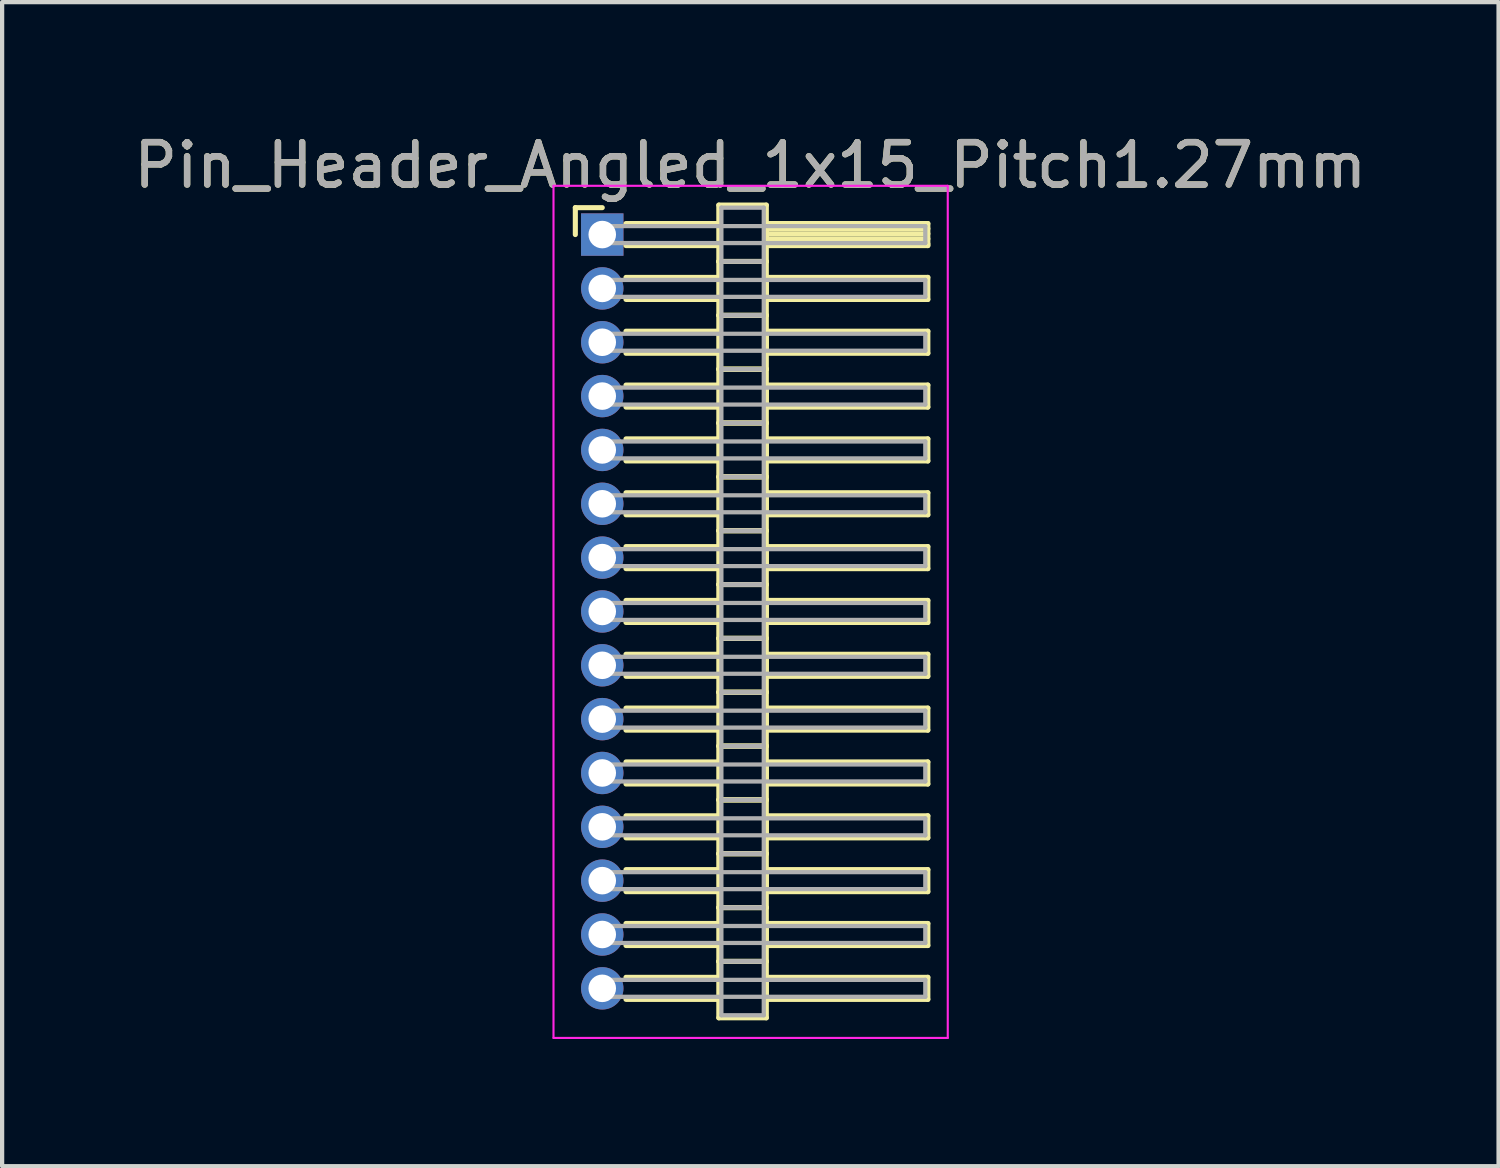
<source format=kicad_pcb>
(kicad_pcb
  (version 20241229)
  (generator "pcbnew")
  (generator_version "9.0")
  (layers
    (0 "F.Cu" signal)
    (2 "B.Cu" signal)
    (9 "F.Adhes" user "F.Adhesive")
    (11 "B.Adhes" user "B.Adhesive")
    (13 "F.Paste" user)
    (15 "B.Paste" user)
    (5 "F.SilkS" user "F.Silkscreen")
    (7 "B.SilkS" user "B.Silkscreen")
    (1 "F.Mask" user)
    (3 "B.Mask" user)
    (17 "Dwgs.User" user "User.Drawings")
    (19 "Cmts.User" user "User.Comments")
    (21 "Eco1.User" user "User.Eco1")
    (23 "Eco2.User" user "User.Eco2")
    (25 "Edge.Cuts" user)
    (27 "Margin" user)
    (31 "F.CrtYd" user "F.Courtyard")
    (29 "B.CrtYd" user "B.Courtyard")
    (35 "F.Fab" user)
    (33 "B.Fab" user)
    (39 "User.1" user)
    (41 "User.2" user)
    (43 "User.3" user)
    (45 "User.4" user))
  (footprint "Pin_Header_Angled_1x15_Pitch1.27mm"
    (layer "F.Cu")
    (at 11.156 2.483)
    (property "Reference" "Pin_Header_Angled_1x15_Pitch1.27mm" (at 3.493 -1.635 0) (layer "F.SilkS") (effects (font (size 1 1) (thickness 0.15))))
    (attr through_hole)
    (fp_line (start -0.635 -0.635) (end 0 -0.635) (stroke (width 0.12) (type solid)) (layer "F.SilkS"))
    (fp_line (start -0.635 0) (end -0.635 -0.635) (stroke (width 0.12) (type solid)) (layer "F.SilkS"))
    (fp_line (start 0.56 -0.26) (end 2.75 -0.26) (stroke (width 0.12) (type solid)) (layer "F.SilkS"))
    (fp_line (start 0.56 0.26) (end 2.75 0.26) (stroke (width 0.12) (type solid)) (layer "F.SilkS"))
    (fp_line (start 0.56 1.01) (end 2.75 1.01) (stroke (width 0.12) (type solid)) (layer "F.SilkS"))
    (fp_line (start 0.56 1.53) (end 2.75 1.53) (stroke (width 0.12) (type solid)) (layer "F.SilkS"))
    (fp_line (start 0.56 2.28) (end 2.75 2.28) (stroke (width 0.12) (type solid)) (layer "F.SilkS"))
    (fp_line (start 0.56 2.8) (end 2.75 2.8) (stroke (width 0.12) (type solid)) (layer "F.SilkS"))
    (fp_line (start 0.56 3.55) (end 2.75 3.55) (stroke (width 0.12) (type solid)) (layer "F.SilkS"))
    (fp_line (start 0.56 4.07) (end 2.75 4.07) (stroke (width 0.12) (type solid)) (layer "F.SilkS"))
    (fp_line (start 0.56 4.82) (end 2.75 4.82) (stroke (width 0.12) (type solid)) (layer "F.SilkS"))
    (fp_line (start 0.56 5.34) (end 2.75 5.34) (stroke (width 0.12) (type solid)) (layer "F.SilkS"))
    (fp_line (start 0.56 6.09) (end 2.75 6.09) (stroke (width 0.12) (type solid)) (layer "F.SilkS"))
    (fp_line (start 0.56 6.61) (end 2.75 6.61) (stroke (width 0.12) (type solid)) (layer "F.SilkS"))
    (fp_line (start 0.56 7.36) (end 2.75 7.36) (stroke (width 0.12) (type solid)) (layer "F.SilkS"))
    (fp_line (start 0.56 7.88) (end 2.75 7.88) (stroke (width 0.12) (type solid)) (layer "F.SilkS"))
    (fp_line (start 0.56 8.63) (end 2.75 8.63) (stroke (width 0.12) (type solid)) (layer "F.SilkS"))
    (fp_line (start 0.56 9.15) (end 2.75 9.15) (stroke (width 0.12) (type solid)) (layer "F.SilkS"))
    (fp_line (start 0.56 9.9) (end 2.75 9.9) (stroke (width 0.12) (type solid)) (layer "F.SilkS"))
    (fp_line (start 0.56 10.42) (end 2.75 10.42) (stroke (width 0.12) (type solid)) (layer "F.SilkS"))
    (fp_line (start 0.56 11.17) (end 2.75 11.17) (stroke (width 0.12) (type solid)) (layer "F.SilkS"))
    (fp_line (start 0.56 11.69) (end 2.75 11.69) (stroke (width 0.12) (type solid)) (layer "F.SilkS"))
    (fp_line (start 0.56 12.44) (end 2.75 12.44) (stroke (width 0.12) (type solid)) (layer "F.SilkS"))
    (fp_line (start 0.56 12.96) (end 2.75 12.96) (stroke (width 0.12) (type solid)) (layer "F.SilkS"))
    (fp_line (start 0.56 13.71) (end 2.75 13.71) (stroke (width 0.12) (type solid)) (layer "F.SilkS"))
    (fp_line (start 0.56 14.23) (end 2.75 14.23) (stroke (width 0.12) (type solid)) (layer "F.SilkS"))
    (fp_line (start 0.56 14.98) (end 2.75 14.98) (stroke (width 0.12) (type solid)) (layer "F.SilkS"))
    (fp_line (start 0.56 15.5) (end 2.75 15.5) (stroke (width 0.12) (type solid)) (layer "F.SilkS"))
    (fp_line (start 0.56 16.25) (end 2.75 16.25) (stroke (width 0.12) (type solid)) (layer "F.SilkS"))
    (fp_line (start 0.56 16.77) (end 2.75 16.77) (stroke (width 0.12) (type solid)) (layer "F.SilkS"))
    (fp_line (start 0.56 17.52) (end 2.75 17.52) (stroke (width 0.12) (type solid)) (layer "F.SilkS"))
    (fp_line (start 0.56 18.04) (end 2.75 18.04) (stroke (width 0.12) (type solid)) (layer "F.SilkS"))
    (fp_line (start 2.75 -0.695) (end 2.75 0.635) (stroke (width 0.12) (type solid)) (layer "F.SilkS"))
    (fp_line (start 2.75 0.635) (end 2.75 1.905) (stroke (width 0.12) (type solid)) (layer "F.SilkS"))
    (fp_line (start 2.75 0.635) (end 3.87 0.635) (stroke (width 0.12) (type solid)) (layer "F.SilkS"))
    (fp_line (start 2.75 1.905) (end 2.75 3.175) (stroke (width 0.12) (type solid)) (layer "F.SilkS"))
    (fp_line (start 2.75 1.905) (end 3.87 1.905) (stroke (width 0.12) (type solid)) (layer "F.SilkS"))
    (fp_line (start 2.75 3.175) (end 2.75 4.445) (stroke (width 0.12) (type solid)) (layer "F.SilkS"))
    (fp_line (start 2.75 3.175) (end 3.87 3.175) (stroke (width 0.12) (type solid)) (layer "F.SilkS"))
    (fp_line (start 2.75 4.445) (end 2.75 5.715) (stroke (width 0.12) (type solid)) (layer "F.SilkS"))
    (fp_line (start 2.75 4.445) (end 3.87 4.445) (stroke (width 0.12) (type solid)) (layer "F.SilkS"))
    (fp_line (start 2.75 5.715) (end 2.75 6.985) (stroke (width 0.12) (type solid)) (layer "F.SilkS"))
    (fp_line (start 2.75 5.715) (end 3.87 5.715) (stroke (width 0.12) (type solid)) (layer "F.SilkS"))
    (fp_line (start 2.75 6.985) (end 2.75 8.255) (stroke (width 0.12) (type solid)) (layer "F.SilkS"))
    (fp_line (start 2.75 6.985) (end 3.87 6.985) (stroke (width 0.12) (type solid)) (layer "F.SilkS"))
    (fp_line (start 2.75 8.255) (end 2.75 9.525) (stroke (width 0.12) (type solid)) (layer "F.SilkS"))
    (fp_line (start 2.75 8.255) (end 3.87 8.255) (stroke (width 0.12) (type solid)) (layer "F.SilkS"))
    (fp_line (start 2.75 9.525) (end 2.75 10.795) (stroke (width 0.12) (type solid)) (layer "F.SilkS"))
    (fp_line (start 2.75 9.525) (end 3.87 9.525) (stroke (width 0.12) (type solid)) (layer "F.SilkS"))
    (fp_line (start 2.75 10.795) (end 2.75 12.065) (stroke (width 0.12) (type solid)) (layer "F.SilkS"))
    (fp_line (start 2.75 10.795) (end 3.87 10.795) (stroke (width 0.12) (type solid)) (layer "F.SilkS"))
    (fp_line (start 2.75 12.065) (end 2.75 13.335) (stroke (width 0.12) (type solid)) (layer "F.SilkS"))
    (fp_line (start 2.75 12.065) (end 3.87 12.065) (stroke (width 0.12) (type solid)) (layer "F.SilkS"))
    (fp_line (start 2.75 13.335) (end 2.75 14.605) (stroke (width 0.12) (type solid)) (layer "F.SilkS"))
    (fp_line (start 2.75 13.335) (end 3.87 13.335) (stroke (width 0.12) (type solid)) (layer "F.SilkS"))
    (fp_line (start 2.75 14.605) (end 2.75 15.875) (stroke (width 0.12) (type solid)) (layer "F.SilkS"))
    (fp_line (start 2.75 14.605) (end 3.87 14.605) (stroke (width 0.12) (type solid)) (layer "F.SilkS"))
    (fp_line (start 2.75 15.875) (end 2.75 17.145) (stroke (width 0.12) (type solid)) (layer "F.SilkS"))
    (fp_line (start 2.75 15.875) (end 3.87 15.875) (stroke (width 0.12) (type solid)) (layer "F.SilkS"))
    (fp_line (start 2.75 17.145) (end 2.75 18.475) (stroke (width 0.12) (type solid)) (layer "F.SilkS"))
    (fp_line (start 2.75 17.145) (end 3.87 17.145) (stroke (width 0.12) (type solid)) (layer "F.SilkS"))
    (fp_line (start 2.75 18.475) (end 3.87 18.475) (stroke (width 0.12) (type solid)) (layer "F.SilkS"))
    (fp_line (start 3.87 -0.695) (end 2.75 -0.695) (stroke (width 0.12) (type solid)) (layer "F.SilkS"))
    (fp_line (start 3.87 -0.26) (end 3.87 0.26) (stroke (width 0.12) (type solid)) (layer "F.SilkS"))
    (fp_line (start 3.87 -0.14) (end 7.68 -0.14) (stroke (width 0.12) (type solid)) (layer "F.SilkS"))
    (fp_line (start 3.87 -0.02) (end 7.68 -0.02) (stroke (width 0.12) (type solid)) (layer "F.SilkS"))
    (fp_line (start 3.87 0.1) (end 7.68 0.1) (stroke (width 0.12) (type solid)) (layer "F.SilkS"))
    (fp_line (start 3.87 0.22) (end 7.68 0.22) (stroke (width 0.12) (type solid)) (layer "F.SilkS"))
    (fp_line (start 3.87 0.26) (end 7.68 0.26) (stroke (width 0.12) (type solid)) (layer "F.SilkS"))
    (fp_line (start 3.87 0.635) (end 2.75 0.635) (stroke (width 0.12) (type solid)) (layer "F.SilkS"))
    (fp_line (start 3.87 0.635) (end 3.87 -0.695) (stroke (width 0.12) (type solid)) (layer "F.SilkS"))
    (fp_line (start 3.87 1.01) (end 3.87 1.53) (stroke (width 0.12) (type solid)) (layer "F.SilkS"))
    (fp_line (start 3.87 1.53) (end 7.68 1.53) (stroke (width 0.12) (type solid)) (layer "F.SilkS"))
    (fp_line (start 3.87 1.905) (end 2.75 1.905) (stroke (width 0.12) (type solid)) (layer "F.SilkS"))
    (fp_line (start 3.87 1.905) (end 3.87 0.635) (stroke (width 0.12) (type solid)) (layer "F.SilkS"))
    (fp_line (start 3.87 2.28) (end 3.87 2.8) (stroke (width 0.12) (type solid)) (layer "F.SilkS"))
    (fp_line (start 3.87 2.8) (end 7.68 2.8) (stroke (width 0.12) (type solid)) (layer "F.SilkS"))
    (fp_line (start 3.87 3.175) (end 2.75 3.175) (stroke (width 0.12) (type solid)) (layer "F.SilkS"))
    (fp_line (start 3.87 3.175) (end 3.87 1.905) (stroke (width 0.12) (type solid)) (layer "F.SilkS"))
    (fp_line (start 3.87 3.55) (end 3.87 4.07) (stroke (width 0.12) (type solid)) (layer "F.SilkS"))
    (fp_line (start 3.87 4.07) (end 7.68 4.07) (stroke (width 0.12) (type solid)) (layer "F.SilkS"))
    (fp_line (start 3.87 4.445) (end 2.75 4.445) (stroke (width 0.12) (type solid)) (layer "F.SilkS"))
    (fp_line (start 3.87 4.445) (end 3.87 3.175) (stroke (width 0.12) (type solid)) (layer "F.SilkS"))
    (fp_line (start 3.87 4.82) (end 3.87 5.34) (stroke (width 0.12) (type solid)) (layer "F.SilkS"))
    (fp_line (start 3.87 5.34) (end 7.68 5.34) (stroke (width 0.12) (type solid)) (layer "F.SilkS"))
    (fp_line (start 3.87 5.715) (end 2.75 5.715) (stroke (width 0.12) (type solid)) (layer "F.SilkS"))
    (fp_line (start 3.87 5.715) (end 3.87 4.445) (stroke (width 0.12) (type solid)) (layer "F.SilkS"))
    (fp_line (start 3.87 6.09) (end 3.87 6.61) (stroke (width 0.12) (type solid)) (layer "F.SilkS"))
    (fp_line (start 3.87 6.61) (end 7.68 6.61) (stroke (width 0.12) (type solid)) (layer "F.SilkS"))
    (fp_line (start 3.87 6.985) (end 2.75 6.985) (stroke (width 0.12) (type solid)) (layer "F.SilkS"))
    (fp_line (start 3.87 6.985) (end 3.87 5.715) (stroke (width 0.12) (type solid)) (layer "F.SilkS"))
    (fp_line (start 3.87 7.36) (end 3.87 7.88) (stroke (width 0.12) (type solid)) (layer "F.SilkS"))
    (fp_line (start 3.87 7.88) (end 7.68 7.88) (stroke (width 0.12) (type solid)) (layer "F.SilkS"))
    (fp_line (start 3.87 8.255) (end 2.75 8.255) (stroke (width 0.12) (type solid)) (layer "F.SilkS"))
    (fp_line (start 3.87 8.255) (end 3.87 6.985) (stroke (width 0.12) (type solid)) (layer "F.SilkS"))
    (fp_line (start 3.87 8.63) (end 3.87 9.15) (stroke (width 0.12) (type solid)) (layer "F.SilkS"))
    (fp_line (start 3.87 9.15) (end 7.68 9.15) (stroke (width 0.12) (type solid)) (layer "F.SilkS"))
    (fp_line (start 3.87 9.525) (end 2.75 9.525) (stroke (width 0.12) (type solid)) (layer "F.SilkS"))
    (fp_line (start 3.87 9.525) (end 3.87 8.255) (stroke (width 0.12) (type solid)) (layer "F.SilkS"))
    (fp_line (start 3.87 9.9) (end 3.87 10.42) (stroke (width 0.12) (type solid)) (layer "F.SilkS"))
    (fp_line (start 3.87 10.42) (end 7.68 10.42) (stroke (width 0.12) (type solid)) (layer "F.SilkS"))
    (fp_line (start 3.87 10.795) (end 2.75 10.795) (stroke (width 0.12) (type solid)) (layer "F.SilkS"))
    (fp_line (start 3.87 10.795) (end 3.87 9.525) (stroke (width 0.12) (type solid)) (layer "F.SilkS"))
    (fp_line (start 3.87 11.17) (end 3.87 11.69) (stroke (width 0.12) (type solid)) (layer "F.SilkS"))
    (fp_line (start 3.87 11.69) (end 7.68 11.69) (stroke (width 0.12) (type solid)) (layer "F.SilkS"))
    (fp_line (start 3.87 12.065) (end 2.75 12.065) (stroke (width 0.12) (type solid)) (layer "F.SilkS"))
    (fp_line (start 3.87 12.065) (end 3.87 10.795) (stroke (width 0.12) (type solid)) (layer "F.SilkS"))
    (fp_line (start 3.87 12.44) (end 3.87 12.96) (stroke (width 0.12) (type solid)) (layer "F.SilkS"))
    (fp_line (start 3.87 12.96) (end 7.68 12.96) (stroke (width 0.12) (type solid)) (layer "F.SilkS"))
    (fp_line (start 3.87 13.335) (end 2.75 13.335) (stroke (width 0.12) (type solid)) (layer "F.SilkS"))
    (fp_line (start 3.87 13.335) (end 3.87 12.065) (stroke (width 0.12) (type solid)) (layer "F.SilkS"))
    (fp_line (start 3.87 13.71) (end 3.87 14.23) (stroke (width 0.12) (type solid)) (layer "F.SilkS"))
    (fp_line (start 3.87 14.23) (end 7.68 14.23) (stroke (width 0.12) (type solid)) (layer "F.SilkS"))
    (fp_line (start 3.87 14.605) (end 2.75 14.605) (stroke (width 0.12) (type solid)) (layer "F.SilkS"))
    (fp_line (start 3.87 14.605) (end 3.87 13.335) (stroke (width 0.12) (type solid)) (layer "F.SilkS"))
    (fp_line (start 3.87 14.98) (end 3.87 15.5) (stroke (width 0.12) (type solid)) (layer "F.SilkS"))
    (fp_line (start 3.87 15.5) (end 7.68 15.5) (stroke (width 0.12) (type solid)) (layer "F.SilkS"))
    (fp_line (start 3.87 15.875) (end 2.75 15.875) (stroke (width 0.12) (type solid)) (layer "F.SilkS"))
    (fp_line (start 3.87 15.875) (end 3.87 14.605) (stroke (width 0.12) (type solid)) (layer "F.SilkS"))
    (fp_line (start 3.87 16.25) (end 3.87 16.77) (stroke (width 0.12) (type solid)) (layer "F.SilkS"))
    (fp_line (start 3.87 16.77) (end 7.68 16.77) (stroke (width 0.12) (type solid)) (layer "F.SilkS"))
    (fp_line (start 3.87 17.145) (end 2.75 17.145) (stroke (width 0.12) (type solid)) (layer "F.SilkS"))
    (fp_line (start 3.87 17.145) (end 3.87 15.875) (stroke (width 0.12) (type solid)) (layer "F.SilkS"))
    (fp_line (start 3.87 17.52) (end 3.87 18.04) (stroke (width 0.12) (type solid)) (layer "F.SilkS"))
    (fp_line (start 3.87 18.04) (end 7.68 18.04) (stroke (width 0.12) (type solid)) (layer "F.SilkS"))
    (fp_line (start 3.87 18.475) (end 3.87 17.145) (stroke (width 0.12) (type solid)) (layer "F.SilkS"))
    (fp_line (start 7.68 -0.26) (end 3.87 -0.26) (stroke (width 0.12) (type solid)) (layer "F.SilkS"))
    (fp_line (start 7.68 0.26) (end 7.68 -0.26) (stroke (width 0.12) (type solid)) (layer "F.SilkS"))
    (fp_line (start 7.68 1.01) (end 3.87 1.01) (stroke (width 0.12) (type solid)) (layer "F.SilkS"))
    (fp_line (start 7.68 1.53) (end 7.68 1.01) (stroke (width 0.12) (type solid)) (layer "F.SilkS"))
    (fp_line (start 7.68 2.28) (end 3.87 2.28) (stroke (width 0.12) (type solid)) (layer "F.SilkS"))
    (fp_line (start 7.68 2.8) (end 7.68 2.28) (stroke (width 0.12) (type solid)) (layer "F.SilkS"))
    (fp_line (start 7.68 3.55) (end 3.87 3.55) (stroke (width 0.12) (type solid)) (layer "F.SilkS"))
    (fp_line (start 7.68 4.07) (end 7.68 3.55) (stroke (width 0.12) (type solid)) (layer "F.SilkS"))
    (fp_line (start 7.68 4.82) (end 3.87 4.82) (stroke (width 0.12) (type solid)) (layer "F.SilkS"))
    (fp_line (start 7.68 5.34) (end 7.68 4.82) (stroke (width 0.12) (type solid)) (layer "F.SilkS"))
    (fp_line (start 7.68 6.09) (end 3.87 6.09) (stroke (width 0.12) (type solid)) (layer "F.SilkS"))
    (fp_line (start 7.68 6.61) (end 7.68 6.09) (stroke (width 0.12) (type solid)) (layer "F.SilkS"))
    (fp_line (start 7.68 7.36) (end 3.87 7.36) (stroke (width 0.12) (type solid)) (layer "F.SilkS"))
    (fp_line (start 7.68 7.88) (end 7.68 7.36) (stroke (width 0.12) (type solid)) (layer "F.SilkS"))
    (fp_line (start 7.68 8.63) (end 3.87 8.63) (stroke (width 0.12) (type solid)) (layer "F.SilkS"))
    (fp_line (start 7.68 9.15) (end 7.68 8.63) (stroke (width 0.12) (type solid)) (layer "F.SilkS"))
    (fp_line (start 7.68 9.9) (end 3.87 9.9) (stroke (width 0.12) (type solid)) (layer "F.SilkS"))
    (fp_line (start 7.68 10.42) (end 7.68 9.9) (stroke (width 0.12) (type solid)) (layer "F.SilkS"))
    (fp_line (start 7.68 11.17) (end 3.87 11.17) (stroke (width 0.12) (type solid)) (layer "F.SilkS"))
    (fp_line (start 7.68 11.69) (end 7.68 11.17) (stroke (width 0.12) (type solid)) (layer "F.SilkS"))
    (fp_line (start 7.68 12.44) (end 3.87 12.44) (stroke (width 0.12) (type solid)) (layer "F.SilkS"))
    (fp_line (start 7.68 12.96) (end 7.68 12.44) (stroke (width 0.12) (type solid)) (layer "F.SilkS"))
    (fp_line (start 7.68 13.71) (end 3.87 13.71) (stroke (width 0.12) (type solid)) (layer "F.SilkS"))
    (fp_line (start 7.68 14.23) (end 7.68 13.71) (stroke (width 0.12) (type solid)) (layer "F.SilkS"))
    (fp_line (start 7.68 14.98) (end 3.87 14.98) (stroke (width 0.12) (type solid)) (layer "F.SilkS"))
    (fp_line (start 7.68 15.5) (end 7.68 14.98) (stroke (width 0.12) (type solid)) (layer "F.SilkS"))
    (fp_line (start 7.68 16.25) (end 3.87 16.25) (stroke (width 0.12) (type solid)) (layer "F.SilkS"))
    (fp_line (start 7.68 16.77) (end 7.68 16.25) (stroke (width 0.12) (type solid)) (layer "F.SilkS"))
    (fp_line (start 7.68 17.52) (end 3.87 17.52) (stroke (width 0.12) (type solid)) (layer "F.SilkS"))
    (fp_line (start 7.68 18.04) (end 7.68 17.52) (stroke (width 0.12) (type solid)) (layer "F.SilkS"))
    (fp_line (start -1.15 -1.15) (end -1.15 18.95) (stroke (width 0.05) (type solid)) (layer "F.CrtYd"))
    (fp_line (start -1.15 18.95) (end 8.15 18.95) (stroke (width 0.05) (type solid)) (layer "F.CrtYd"))
    (fp_line (start 8.15 -1.15) (end -1.15 -1.15) (stroke (width 0.05) (type solid)) (layer "F.CrtYd"))
    (fp_line (start 8.15 18.95) (end 8.15 -1.15) (stroke (width 0.05) (type solid)) (layer "F.CrtYd"))
    (fp_line (start 0 -0.2) (end 0 0.2) (stroke (width 0.1) (type solid)) (layer "F.Fab"))
    (fp_line (start 0 0.2) (end 7.62 0.2) (stroke (width 0.1) (type solid)) (layer "F.Fab"))
    (fp_line (start 0 1.07) (end 0 1.47) (stroke (width 0.1) (type solid)) (layer "F.Fab"))
    (fp_line (start 0 1.47) (end 7.62 1.47) (stroke (width 0.1) (type solid)) (layer "F.Fab"))
    (fp_line (start 0 2.34) (end 0 2.74) (stroke (width 0.1) (type solid)) (layer "F.Fab"))
    (fp_line (start 0 2.74) (end 7.62 2.74) (stroke (width 0.1) (type solid)) (layer "F.Fab"))
    (fp_line (start 0 3.61) (end 0 4.01) (stroke (width 0.1) (type solid)) (layer "F.Fab"))
    (fp_line (start 0 4.01) (end 7.62 4.01) (stroke (width 0.1) (type solid)) (layer "F.Fab"))
    (fp_line (start 0 4.88) (end 0 5.28) (stroke (width 0.1) (type solid)) (layer "F.Fab"))
    (fp_line (start 0 5.28) (end 7.62 5.28) (stroke (width 0.1) (type solid)) (layer "F.Fab"))
    (fp_line (start 0 6.15) (end 0 6.55) (stroke (width 0.1) (type solid)) (layer "F.Fab"))
    (fp_line (start 0 6.55) (end 7.62 6.55) (stroke (width 0.1) (type solid)) (layer "F.Fab"))
    (fp_line (start 0 7.42) (end 0 7.82) (stroke (width 0.1) (type solid)) (layer "F.Fab"))
    (fp_line (start 0 7.82) (end 7.62 7.82) (stroke (width 0.1) (type solid)) (layer "F.Fab"))
    (fp_line (start 0 8.69) (end 0 9.09) (stroke (width 0.1) (type solid)) (layer "F.Fab"))
    (fp_line (start 0 9.09) (end 7.62 9.09) (stroke (width 0.1) (type solid)) (layer "F.Fab"))
    (fp_line (start 0 9.96) (end 0 10.36) (stroke (width 0.1) (type solid)) (layer "F.Fab"))
    (fp_line (start 0 10.36) (end 7.62 10.36) (stroke (width 0.1) (type solid)) (layer "F.Fab"))
    (fp_line (start 0 11.23) (end 0 11.63) (stroke (width 0.1) (type solid)) (layer "F.Fab"))
    (fp_line (start 0 11.63) (end 7.62 11.63) (stroke (width 0.1) (type solid)) (layer "F.Fab"))
    (fp_line (start 0 12.5) (end 0 12.9) (stroke (width 0.1) (type solid)) (layer "F.Fab"))
    (fp_line (start 0 12.9) (end 7.62 12.9) (stroke (width 0.1) (type solid)) (layer "F.Fab"))
    (fp_line (start 0 13.77) (end 0 14.17) (stroke (width 0.1) (type solid)) (layer "F.Fab"))
    (fp_line (start 0 14.17) (end 7.62 14.17) (stroke (width 0.1) (type solid)) (layer "F.Fab"))
    (fp_line (start 0 15.04) (end 0 15.44) (stroke (width 0.1) (type solid)) (layer "F.Fab"))
    (fp_line (start 0 15.44) (end 7.62 15.44) (stroke (width 0.1) (type solid)) (layer "F.Fab"))
    (fp_line (start 0 16.31) (end 0 16.71) (stroke (width 0.1) (type solid)) (layer "F.Fab"))
    (fp_line (start 0 16.71) (end 7.62 16.71) (stroke (width 0.1) (type solid)) (layer "F.Fab"))
    (fp_line (start 0 17.58) (end 0 17.98) (stroke (width 0.1) (type solid)) (layer "F.Fab"))
    (fp_line (start 0 17.98) (end 7.62 17.98) (stroke (width 0.1) (type solid)) (layer "F.Fab"))
    (fp_line (start 2.81 -0.635) (end 2.81 0.635) (stroke (width 0.1) (type solid)) (layer "F.Fab"))
    (fp_line (start 2.81 0.635) (end 2.81 1.905) (stroke (width 0.1) (type solid)) (layer "F.Fab"))
    (fp_line (start 2.81 0.635) (end 3.81 0.635) (stroke (width 0.1) (type solid)) (layer "F.Fab"))
    (fp_line (start 2.81 1.905) (end 2.81 3.175) (stroke (width 0.1) (type solid)) (layer "F.Fab"))
    (fp_line (start 2.81 1.905) (end 3.81 1.905) (stroke (width 0.1) (type solid)) (layer "F.Fab"))
    (fp_line (start 2.81 3.175) (end 2.81 4.445) (stroke (width 0.1) (type solid)) (layer "F.Fab"))
    (fp_line (start 2.81 3.175) (end 3.81 3.175) (stroke (width 0.1) (type solid)) (layer "F.Fab"))
    (fp_line (start 2.81 4.445) (end 2.81 5.715) (stroke (width 0.1) (type solid)) (layer "F.Fab"))
    (fp_line (start 2.81 4.445) (end 3.81 4.445) (stroke (width 0.1) (type solid)) (layer "F.Fab"))
    (fp_line (start 2.81 5.715) (end 2.81 6.985) (stroke (width 0.1) (type solid)) (layer "F.Fab"))
    (fp_line (start 2.81 5.715) (end 3.81 5.715) (stroke (width 0.1) (type solid)) (layer "F.Fab"))
    (fp_line (start 2.81 6.985) (end 2.81 8.255) (stroke (width 0.1) (type solid)) (layer "F.Fab"))
    (fp_line (start 2.81 6.985) (end 3.81 6.985) (stroke (width 0.1) (type solid)) (layer "F.Fab"))
    (fp_line (start 2.81 8.255) (end 2.81 9.525) (stroke (width 0.1) (type solid)) (layer "F.Fab"))
    (fp_line (start 2.81 8.255) (end 3.81 8.255) (stroke (width 0.1) (type solid)) (layer "F.Fab"))
    (fp_line (start 2.81 9.525) (end 2.81 10.795) (stroke (width 0.1) (type solid)) (layer "F.Fab"))
    (fp_line (start 2.81 9.525) (end 3.81 9.525) (stroke (width 0.1) (type solid)) (layer "F.Fab"))
    (fp_line (start 2.81 10.795) (end 2.81 12.065) (stroke (width 0.1) (type solid)) (layer "F.Fab"))
    (fp_line (start 2.81 10.795) (end 3.81 10.795) (stroke (width 0.1) (type solid)) (layer "F.Fab"))
    (fp_line (start 2.81 12.065) (end 2.81 13.335) (stroke (width 0.1) (type solid)) (layer "F.Fab"))
    (fp_line (start 2.81 12.065) (end 3.81 12.065) (stroke (width 0.1) (type solid)) (layer "F.Fab"))
    (fp_line (start 2.81 13.335) (end 2.81 14.605) (stroke (width 0.1) (type solid)) (layer "F.Fab"))
    (fp_line (start 2.81 13.335) (end 3.81 13.335) (stroke (width 0.1) (type solid)) (layer "F.Fab"))
    (fp_line (start 2.81 14.605) (end 2.81 15.875) (stroke (width 0.1) (type solid)) (layer "F.Fab"))
    (fp_line (start 2.81 14.605) (end 3.81 14.605) (stroke (width 0.1) (type solid)) (layer "F.Fab"))
    (fp_line (start 2.81 15.875) (end 2.81 17.145) (stroke (width 0.1) (type solid)) (layer "F.Fab"))
    (fp_line (start 2.81 15.875) (end 3.81 15.875) (stroke (width 0.1) (type solid)) (layer "F.Fab"))
    (fp_line (start 2.81 17.145) (end 2.81 18.415) (stroke (width 0.1) (type solid)) (layer "F.Fab"))
    (fp_line (start 2.81 17.145) (end 3.81 17.145) (stroke (width 0.1) (type solid)) (layer "F.Fab"))
    (fp_line (start 2.81 18.415) (end 3.81 18.415) (stroke (width 0.1) (type solid)) (layer "F.Fab"))
    (fp_line (start 3.81 -0.635) (end 2.81 -0.635) (stroke (width 0.1) (type solid)) (layer "F.Fab"))
    (fp_line (start 3.81 0.635) (end 2.81 0.635) (stroke (width 0.1) (type solid)) (layer "F.Fab"))
    (fp_line (start 3.81 0.635) (end 3.81 -0.635) (stroke (width 0.1) (type solid)) (layer "F.Fab"))
    (fp_line (start 3.81 1.905) (end 2.81 1.905) (stroke (width 0.1) (type solid)) (layer "F.Fab"))
    (fp_line (start 3.81 1.905) (end 3.81 0.635) (stroke (width 0.1) (type solid)) (layer "F.Fab"))
    (fp_line (start 3.81 3.175) (end 2.81 3.175) (stroke (width 0.1) (type solid)) (layer "F.Fab"))
    (fp_line (start 3.81 3.175) (end 3.81 1.905) (stroke (width 0.1) (type solid)) (layer "F.Fab"))
    (fp_line (start 3.81 4.445) (end 2.81 4.445) (stroke (width 0.1) (type solid)) (layer "F.Fab"))
    (fp_line (start 3.81 4.445) (end 3.81 3.175) (stroke (width 0.1) (type solid)) (layer "F.Fab"))
    (fp_line (start 3.81 5.715) (end 2.81 5.715) (stroke (width 0.1) (type solid)) (layer "F.Fab"))
    (fp_line (start 3.81 5.715) (end 3.81 4.445) (stroke (width 0.1) (type solid)) (layer "F.Fab"))
    (fp_line (start 3.81 6.985) (end 2.81 6.985) (stroke (width 0.1) (type solid)) (layer "F.Fab"))
    (fp_line (start 3.81 6.985) (end 3.81 5.715) (stroke (width 0.1) (type solid)) (layer "F.Fab"))
    (fp_line (start 3.81 8.255) (end 2.81 8.255) (stroke (width 0.1) (type solid)) (layer "F.Fab"))
    (fp_line (start 3.81 8.255) (end 3.81 6.985) (stroke (width 0.1) (type solid)) (layer "F.Fab"))
    (fp_line (start 3.81 9.525) (end 2.81 9.525) (stroke (width 0.1) (type solid)) (layer "F.Fab"))
    (fp_line (start 3.81 9.525) (end 3.81 8.255) (stroke (width 0.1) (type solid)) (layer "F.Fab"))
    (fp_line (start 3.81 10.795) (end 2.81 10.795) (stroke (width 0.1) (type solid)) (layer "F.Fab"))
    (fp_line (start 3.81 10.795) (end 3.81 9.525) (stroke (width 0.1) (type solid)) (layer "F.Fab"))
    (fp_line (start 3.81 12.065) (end 2.81 12.065) (stroke (width 0.1) (type solid)) (layer "F.Fab"))
    (fp_line (start 3.81 12.065) (end 3.81 10.795) (stroke (width 0.1) (type solid)) (layer "F.Fab"))
    (fp_line (start 3.81 13.335) (end 2.81 13.335) (stroke (width 0.1) (type solid)) (layer "F.Fab"))
    (fp_line (start 3.81 13.335) (end 3.81 12.065) (stroke (width 0.1) (type solid)) (layer "F.Fab"))
    (fp_line (start 3.81 14.605) (end 2.81 14.605) (stroke (width 0.1) (type solid)) (layer "F.Fab"))
    (fp_line (start 3.81 14.605) (end 3.81 13.335) (stroke (width 0.1) (type solid)) (layer "F.Fab"))
    (fp_line (start 3.81 15.875) (end 2.81 15.875) (stroke (width 0.1) (type solid)) (layer "F.Fab"))
    (fp_line (start 3.81 15.875) (end 3.81 14.605) (stroke (width 0.1) (type solid)) (layer "F.Fab"))
    (fp_line (start 3.81 17.145) (end 2.81 17.145) (stroke (width 0.1) (type solid)) (layer "F.Fab"))
    (fp_line (start 3.81 17.145) (end 3.81 15.875) (stroke (width 0.1) (type solid)) (layer "F.Fab"))
    (fp_line (start 3.81 18.415) (end 3.81 17.145) (stroke (width 0.1) (type solid)) (layer "F.Fab"))
    (fp_line (start 7.62 -0.2) (end 0 -0.2) (stroke (width 0.1) (type solid)) (layer "F.Fab"))
    (fp_line (start 7.62 0.2) (end 7.62 -0.2) (stroke (width 0.1) (type solid)) (layer "F.Fab"))
    (fp_line (start 7.62 1.07) (end 0 1.07) (stroke (width 0.1) (type solid)) (layer "F.Fab"))
    (fp_line (start 7.62 1.47) (end 7.62 1.07) (stroke (width 0.1) (type solid)) (layer "F.Fab"))
    (fp_line (start 7.62 2.34) (end 0 2.34) (stroke (width 0.1) (type solid)) (layer "F.Fab"))
    (fp_line (start 7.62 2.74) (end 7.62 2.34) (stroke (width 0.1) (type solid)) (layer "F.Fab"))
    (fp_line (start 7.62 3.61) (end 0 3.61) (stroke (width 0.1) (type solid)) (layer "F.Fab"))
    (fp_line (start 7.62 4.01) (end 7.62 3.61) (stroke (width 0.1) (type solid)) (layer "F.Fab"))
    (fp_line (start 7.62 4.88) (end 0 4.88) (stroke (width 0.1) (type solid)) (layer "F.Fab"))
    (fp_line (start 7.62 5.28) (end 7.62 4.88) (stroke (width 0.1) (type solid)) (layer "F.Fab"))
    (fp_line (start 7.62 6.15) (end 0 6.15) (stroke (width 0.1) (type solid)) (layer "F.Fab"))
    (fp_line (start 7.62 6.55) (end 7.62 6.15) (stroke (width 0.1) (type solid)) (layer "F.Fab"))
    (fp_line (start 7.62 7.42) (end 0 7.42) (stroke (width 0.1) (type solid)) (layer "F.Fab"))
    (fp_line (start 7.62 7.82) (end 7.62 7.42) (stroke (width 0.1) (type solid)) (layer "F.Fab"))
    (fp_line (start 7.62 8.69) (end 0 8.69) (stroke (width 0.1) (type solid)) (layer "F.Fab"))
    (fp_line (start 7.62 9.09) (end 7.62 8.69) (stroke (width 0.1) (type solid)) (layer "F.Fab"))
    (fp_line (start 7.62 9.96) (end 0 9.96) (stroke (width 0.1) (type solid)) (layer "F.Fab"))
    (fp_line (start 7.62 10.36) (end 7.62 9.96) (stroke (width 0.1) (type solid)) (layer "F.Fab"))
    (fp_line (start 7.62 11.23) (end 0 11.23) (stroke (width 0.1) (type solid)) (layer "F.Fab"))
    (fp_line (start 7.62 11.63) (end 7.62 11.23) (stroke (width 0.1) (type solid)) (layer "F.Fab"))
    (fp_line (start 7.62 12.5) (end 0 12.5) (stroke (width 0.1) (type solid)) (layer "F.Fab"))
    (fp_line (start 7.62 12.9) (end 7.62 12.5) (stroke (width 0.1) (type solid)) (layer "F.Fab"))
    (fp_line (start 7.62 13.77) (end 0 13.77) (stroke (width 0.1) (type solid)) (layer "F.Fab"))
    (fp_line (start 7.62 14.17) (end 7.62 13.77) (stroke (width 0.1) (type solid)) (layer "F.Fab"))
    (fp_line (start 7.62 15.04) (end 0 15.04) (stroke (width 0.1) (type solid)) (layer "F.Fab"))
    (fp_line (start 7.62 15.44) (end 7.62 15.04) (stroke (width 0.1) (type solid)) (layer "F.Fab"))
    (fp_line (start 7.62 16.31) (end 0 16.31) (stroke (width 0.1) (type solid)) (layer "F.Fab"))
    (fp_line (start 7.62 16.71) (end 7.62 16.31) (stroke (width 0.1) (type solid)) (layer "F.Fab"))
    (fp_line (start 7.62 17.58) (end 0 17.58) (stroke (width 0.1) (type solid)) (layer "F.Fab"))
    (fp_line (start 7.62 17.98) (end 7.62 17.58) (stroke (width 0.1) (type solid)) (layer "F.Fab"))
    (fp_text user "${REFERENCE}" (at 3.493 -1.635 0) (layer "F.Fab") (effects (font (size 1 1) (thickness 0.15))))
    (pad "1" thru_hole rect (at 0 0) (size 1 1) (drill 0.65) (layers "*.Cu" "*.Mask"))
    (pad "2" thru_hole oval (at 0 1.27) (size 1 1) (drill 0.65) (layers "*.Cu" "*.Mask"))
    (pad "3" thru_hole oval (at 0 2.54) (size 1 1) (drill 0.65) (layers "*.Cu" "*.Mask"))
    (pad "4" thru_hole oval (at 0 3.81) (size 1 1) (drill 0.65) (layers "*.Cu" "*.Mask"))
    (pad "5" thru_hole oval (at 0 5.08) (size 1 1) (drill 0.65) (layers "*.Cu" "*.Mask"))
    (pad "6" thru_hole oval (at 0 6.35) (size 1 1) (drill 0.65) (layers "*.Cu" "*.Mask"))
    (pad "7" thru_hole oval (at 0 7.62) (size 1 1) (drill 0.65) (layers "*.Cu" "*.Mask"))
    (pad "8" thru_hole oval (at 0 8.89) (size 1 1) (drill 0.65) (layers "*.Cu" "*.Mask"))
    (pad "9" thru_hole oval (at 0 10.16) (size 1 1) (drill 0.65) (layers "*.Cu" "*.Mask"))
    (pad "10" thru_hole oval (at 0 11.43) (size 1 1) (drill 0.65) (layers "*.Cu" "*.Mask"))
    (pad "11" thru_hole oval (at 0 12.7) (size 1 1) (drill 0.65) (layers "*.Cu" "*.Mask"))
    (pad "12" thru_hole oval (at 0 13.97) (size 1 1) (drill 0.65) (layers "*.Cu" "*.Mask"))
    (pad "13" thru_hole oval (at 0 15.24) (size 1 1) (drill 0.65) (layers "*.Cu" "*.Mask"))
    (pad "14" thru_hole oval (at 0 16.51) (size 1 1) (drill 0.65) (layers "*.Cu" "*.Mask"))
    (pad "15" thru_hole oval (at 0 17.78) (size 1 1) (drill 0.65) (layers "*.Cu" "*.Mask")))
  (gr_rect
    (start -3 -3)
    (end 32.298 24.458)
    (stroke (width 0.1) (type default))
    (fill no)
    (layer "Edge.Cuts")))
</source>
